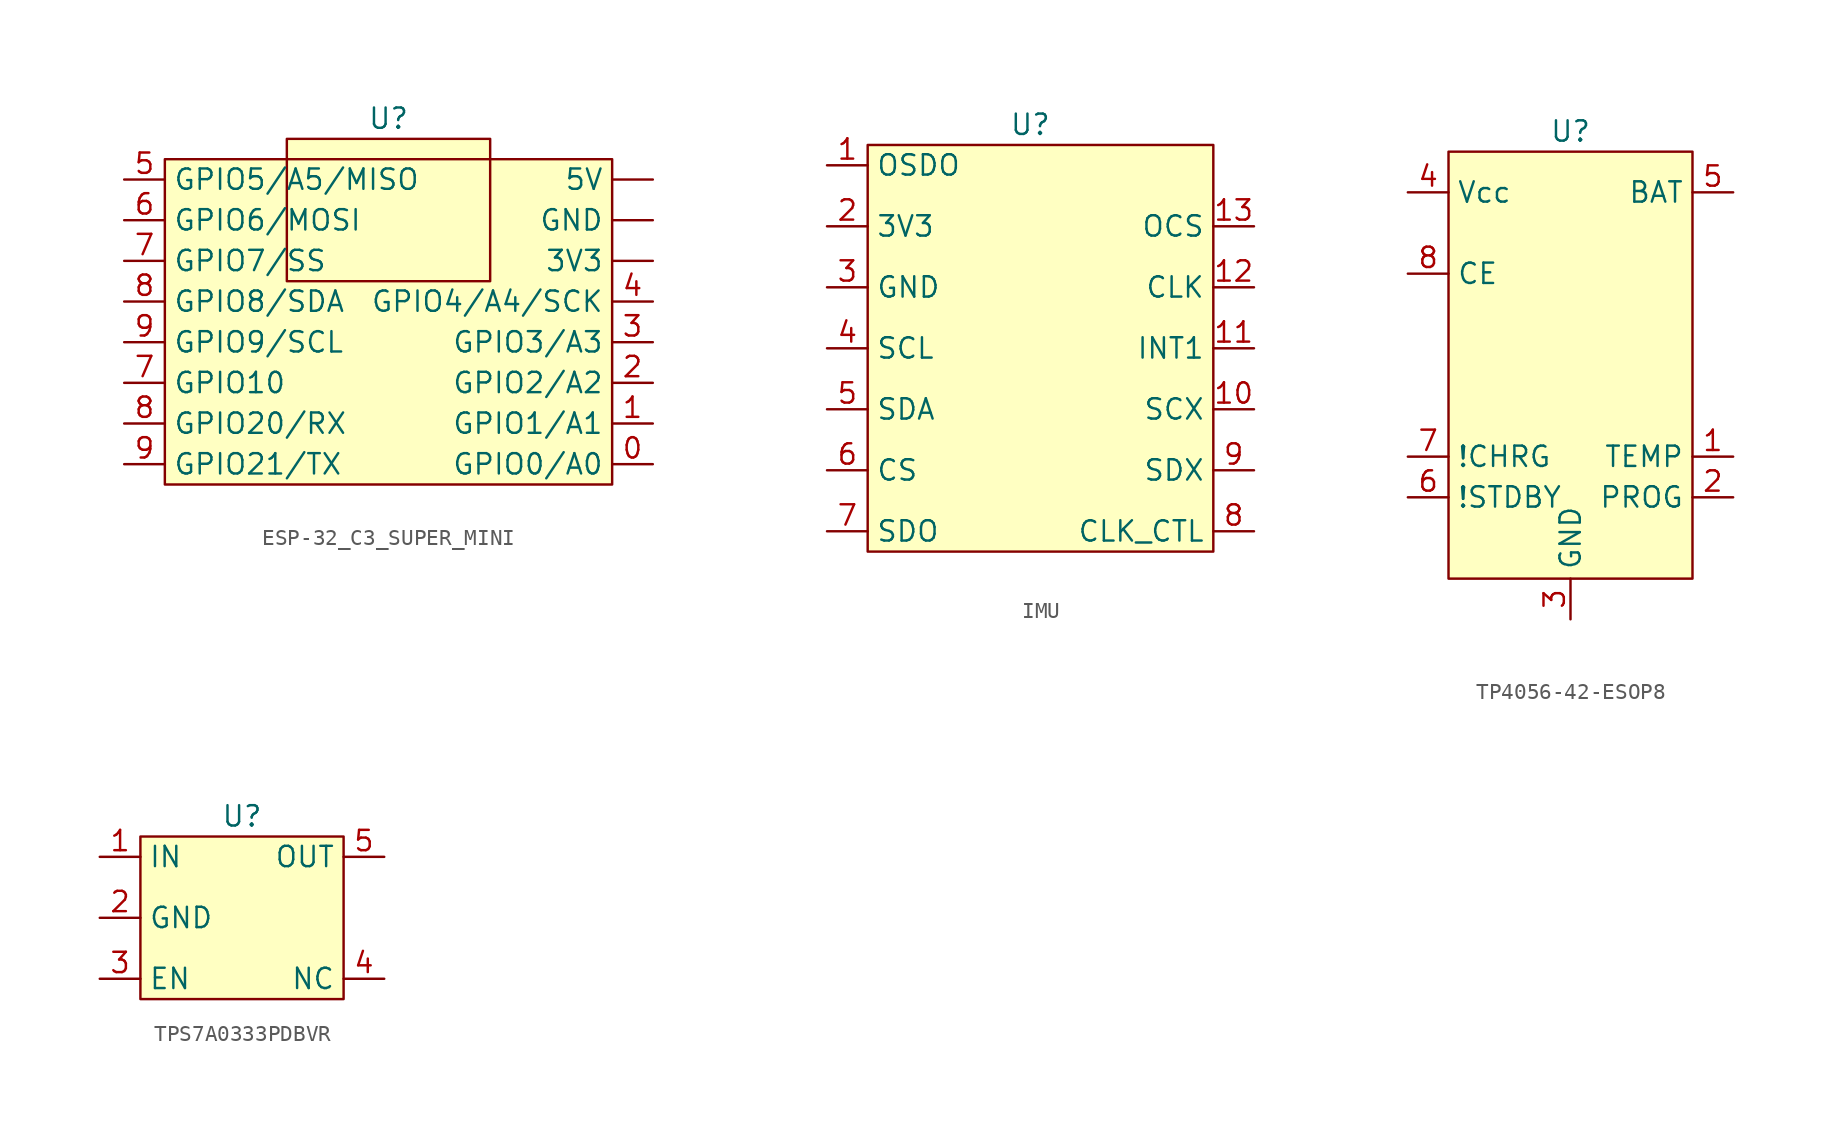
<source format=kicad_sym>
(kicad_symbol_lib
  (version 20241209)
  (generator "kicad_symbol_editor")
  (generator_version "9.0")
  (symbol "ESP-32_C3_SUPER_MINI"
    (property "Reference" "U"
      (at 0 0 0)
      (effects (font (size 1.27 1.27))))
    (property "Value" ""
      (at 0 0 0)
      (effects (font (size 1.27 1.27))))
    (symbol "ESP-32_C3_SUPER_MINI_1_1"
      (rectangle (start -13.97 -2.54) (end 13.97 -22.86) (stroke (width 0) (type solid)) (fill (type background)))
      (rectangle (start -6.35 -1.27) (end 6.35 -10.16) (stroke (width 0) (type solid)) (fill (type background)))
      (pin input line (at -16.51 -3.81 0) (length 2.54) (name "GPIO5/A5/MISO" (effects (font (size 1.27 1.27)))) (number "5" (effects (font (size 1.27 1.27)))))
      (pin input line (at -16.51 -6.35 0) (length 2.54) (name "GPIO6/MOSI" (effects (font (size 1.27 1.27)))) (number "6" (effects (font (size 1.27 1.27)))))
      (pin input line (at -16.51 -8.89 0) (length 2.54) (name "GPIO7/SS" (effects (font (size 1.27 1.27)))) (number "7" (effects (font (size 1.27 1.27)))))
      (pin input line (at -16.51 -11.43 0) (length 2.54) (name "GPIO8/SDA" (effects (font (size 1.27 1.27)))) (number "8" (effects (font (size 1.27 1.27)))))
      (pin input line (at -16.51 -13.97 0) (length 2.54) (name "GPIO9/SCL" (effects (font (size 1.27 1.27)))) (number "9" (effects (font (size 1.27 1.27)))))
      (pin input line (at -16.51 -16.51 0) (length 2.54) (name "GPIO10" (effects (font (size 1.27 1.27)))) (number "7" (effects (font (size 1.27 1.27)))))
      (pin input line (at -16.51 -19.05 0) (length 2.54) (name "GPIO20/RX" (effects (font (size 1.27 1.27)))) (number "8" (effects (font (size 1.27 1.27)))))
      (pin input line (at -16.51 -21.59 0) (length 2.54) (name "GPIO21/TX" (effects (font (size 1.27 1.27)))) (number "9" (effects (font (size 1.27 1.27)))))
      (pin input line (at 16.51 -3.81 180) (length 2.54) (name "5V" (effects (font (size 1.27 1.27)))) (number "" (effects (font (size 1.27 1.27)))))
      (pin input line (at 16.51 -6.35 180) (length 2.54) (name "GND" (effects (font (size 1.27 1.27)))) (number "" (effects (font (size 1.27 1.27)))))
      (pin input line (at 16.51 -8.89 180) (length 2.54) (name "3V3" (effects (font (size 1.27 1.27)))) (number "" (effects (font (size 1.27 1.27)))))
      (pin input line (at 16.51 -11.43 180) (length 2.54) (name "GPIO4/A4/SCK" (effects (font (size 1.27 1.27)))) (number "4" (effects (font (size 1.27 1.27)))))
      (pin input line (at 16.51 -13.97 180) (length 2.54) (name "GPIO3/A3" (effects (font (size 1.27 1.27)))) (number "3" (effects (font (size 1.27 1.27)))))
      (pin input line (at 16.51 -16.51 180) (length 2.54) (name "GPIO2/A2" (effects (font (size 1.27 1.27)))) (number "2" (effects (font (size 1.27 1.27)))))
      (pin input line (at 16.51 -19.05 180) (length 2.54) (name "GPIO1/A1" (effects (font (size 1.27 1.27)))) (number "1" (effects (font (size 1.27 1.27)))))
      (pin input line (at 16.51 -21.59 180) (length 2.54) (name "GPIO0/A0" (effects (font (size 1.27 1.27)))) (number "0" (effects (font (size 1.27 1.27)))))))
  (symbol "IMU"
    (property "Reference" "U"
      (at 0 0 0)
      (effects (font (size 1.27 1.27))))
    (property "Value" ""
      (at 0 0 0)
      (effects (font (size 1.27 1.27))))
    (symbol "IMU_1_1"
      (rectangle (start -10.16 -1.27) (end 11.43 -26.67) (stroke (width 0) (type solid)) (fill (type background)))
      (pin input line (at -12.7 -2.54 0) (length 2.54) (name "OSDO" (effects (font (size 1.27 1.27)))) (number "1" (effects (font (size 1.27 1.27)))))
      (pin input line (at -12.7 -6.35 0) (length 2.54) (name "3V3" (effects (font (size 1.27 1.27)))) (number "2" (effects (font (size 1.27 1.27)))))
      (pin input line (at -12.7 -10.16 0) (length 2.54) (name "GND" (effects (font (size 1.27 1.27)))) (number "3" (effects (font (size 1.27 1.27)))))
      (pin input line (at -12.7 -13.97 0) (length 2.54) (name "SCL" (effects (font (size 1.27 1.27)))) (number "4" (effects (font (size 1.27 1.27)))))
      (pin input line (at -12.7 -17.78 0) (length 2.54) (name "SDA" (effects (font (size 1.27 1.27)))) (number "5" (effects (font (size 1.27 1.27)))))
      (pin input line (at -12.7 -21.59 0) (length 2.54) (name "CS" (effects (font (size 1.27 1.27)))) (number "6" (effects (font (size 1.27 1.27)))))
      (pin input line (at -12.7 -25.4 0) (length 2.54) (name "SDO" (effects (font (size 1.27 1.27)))) (number "7" (effects (font (size 1.27 1.27)))))
      (pin input line (at 13.97 -6.35 180) (length 2.54) (name "OCS" (effects (font (size 1.27 1.27)))) (number "13" (effects (font (size 1.27 1.27)))))
      (pin input line (at 13.97 -10.16 180) (length 2.54) (name "CLK" (effects (font (size 1.27 1.27)))) (number "12" (effects (font (size 1.27 1.27)))))
      (pin input line (at 13.97 -13.97 180) (length 2.54) (name "INT1" (effects (font (size 1.27 1.27)))) (number "11" (effects (font (size 1.27 1.27)))))
      (pin input line (at 13.97 -17.78 180) (length 2.54) (name "SCX" (effects (font (size 1.27 1.27)))) (number "10" (effects (font (size 1.27 1.27)))))
      (pin input line (at 13.97 -21.59 180) (length 2.54) (name "SDX" (effects (font (size 1.27 1.27)))) (number "9" (effects (font (size 1.27 1.27)))))
      (pin input line (at 13.97 -25.4 180) (length 2.54) (name "CLK_CTL" (effects (font (size 1.27 1.27)))) (number "8" (effects (font (size 1.27 1.27)))))))
  (symbol "TP4056-42-ESOP8"
    (property "Reference" "U"
      (at 0 0 0)
      (effects (font (size 1.27 1.27))))
    (property "Value" ""
      (at 0 0 0)
      (effects (font (size 1.27 1.27))))
    (symbol "TP4056-42-ESOP8_1_1"
      (rectangle (start -7.62 -1.27) (end 7.62 -27.94) (stroke (width 0) (type solid)) (fill (type background)))
      (pin input line (at -10.16 -3.81 0) (length 2.54) (name "Vcc" (effects (font (size 1.27 1.27)))) (number "4" (effects (font (size 1.27 1.27)))))
      (pin input line (at -10.16 -8.89 0) (length 2.54) (name "CE" (effects (font (size 1.27 1.27)))) (number "8" (effects (font (size 1.27 1.27)))))
      (pin input line (at -10.16 -20.32 0) (length 2.54) (name "!CHRG" (effects (font (size 1.27 1.27)))) (number "7" (effects (font (size 1.27 1.27)))))
      (pin input line (at -10.16 -22.86 0) (length 2.54) (name "!STDBY" (effects (font (size 1.27 1.27)))) (number "6" (effects (font (size 1.27 1.27)))))
      (pin input line (at 0 -30.48 90) (length 2.54) (name "GND" (effects (font (size 1.27 1.27)))) (number "3" (effects (font (size 1.27 1.27)))))
      (pin input line (at 10.16 -3.81 180) (length 2.54) (name "BAT" (effects (font (size 1.27 1.27)))) (number "5" (effects (font (size 1.27 1.27)))))
      (pin input line (at 10.16 -20.32 180) (length 2.54) (name "TEMP" (effects (font (size 1.27 1.27)))) (number "1" (effects (font (size 1.27 1.27)))))
      (pin input line (at 10.16 -22.86 180) (length 2.54) (name "PROG" (effects (font (size 1.27 1.27)))) (number "2" (effects (font (size 1.27 1.27)))))))
  (symbol "TPS7A0333PDBVR"
    (property "Reference" "U"
      (at 0 0 0)
      (effects (font (size 1.27 1.27))))
    (property "Value" ""
      (at 0 0 0)
      (effects (font (size 1.27 1.27))))
    (symbol "TPS7A0333PDBVR_1_1"
      (rectangle (start -6.35 -1.27) (end 6.35 -11.43) (stroke (width 0) (type solid)) (fill (type background)))
      (pin input line (at -8.89 -2.54 0) (length 2.54) (name "IN" (effects (font (size 1.27 1.27)))) (number "1" (effects (font (size 1.27 1.27)))))
      (pin input line (at -8.89 -6.35 0) (length 2.54) (name "GND" (effects (font (size 1.27 1.27)))) (number "2" (effects (font (size 1.27 1.27)))))
      (pin input line (at -8.89 -10.16 0) (length 2.54) (name "EN" (effects (font (size 1.27 1.27)))) (number "3" (effects (font (size 1.27 1.27)))))
      (pin input line (at 8.89 -2.54 180) (length 2.54) (name "OUT" (effects (font (size 1.27 1.27)))) (number "5" (effects (font (size 1.27 1.27)))))
      (pin input line (at 8.89 -10.16 180) (length 2.54) (name "NC" (effects (font (size 1.27 1.27)))) (number "4" (effects (font (size 1.27 1.27))))))))
</source>
